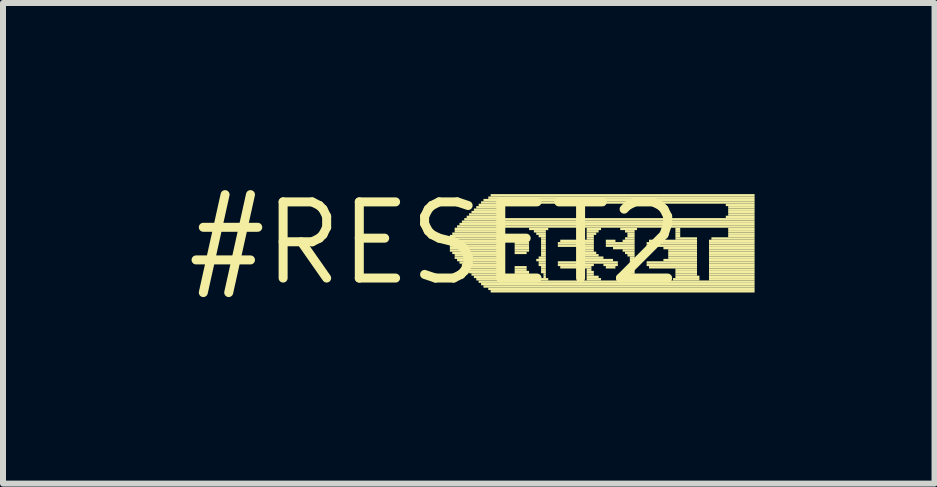
<source format=kicad_pcb>
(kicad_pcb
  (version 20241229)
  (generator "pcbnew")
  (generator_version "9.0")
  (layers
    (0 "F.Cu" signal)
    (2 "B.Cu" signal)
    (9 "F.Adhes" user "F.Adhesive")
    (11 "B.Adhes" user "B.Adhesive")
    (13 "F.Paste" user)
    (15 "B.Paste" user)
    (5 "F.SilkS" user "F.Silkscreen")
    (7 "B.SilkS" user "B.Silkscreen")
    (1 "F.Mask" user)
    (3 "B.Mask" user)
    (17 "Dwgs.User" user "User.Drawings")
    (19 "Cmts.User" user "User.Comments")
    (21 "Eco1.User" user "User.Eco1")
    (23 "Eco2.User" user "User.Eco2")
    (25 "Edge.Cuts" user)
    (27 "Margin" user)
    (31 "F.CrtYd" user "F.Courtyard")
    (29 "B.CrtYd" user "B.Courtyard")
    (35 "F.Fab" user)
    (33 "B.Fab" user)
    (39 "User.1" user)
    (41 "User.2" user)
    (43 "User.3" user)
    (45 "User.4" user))
  (footprint "#RESET2"
    (layer "F.Cu")
    (at 4.21 1.006)
    (property "Reference" "#RESET2" (at 0 0 0) (layer "F.SilkS") (effects (font (size 1.27 1.27) (thickness 0.15))))
    (fp_poly (pts (xy 0.24 -0.1) (xy 1.12 -0.1) (xy 1.12 -0.14) (xy 0.24 -0.14)) (stroke (width 0) (type default)) (fill yes) (layer "F.SilkS"))
    (fp_poly (pts (xy 0.24 -0.06) (xy 1.12 -0.06) (xy 1.12 -0.1) (xy 0.24 -0.1)) (stroke (width 0) (type default)) (fill yes) (layer "F.SilkS"))
    (fp_poly (pts (xy 0.24 -0.02) (xy 1.12 -0.02) (xy 1.12 -0.06) (xy 0.24 -0.06)) (stroke (width 0) (type default)) (fill yes) (layer "F.SilkS"))
    (fp_poly (pts (xy 0.24 0.02) (xy 1.12 0.02) (xy 1.12 -0.02) (xy 0.24 -0.02)) (stroke (width 0) (type default)) (fill yes) (layer "F.SilkS"))
    (fp_poly (pts (xy 0.24 0.06) (xy 1.12 0.06) (xy 1.12 0.02) (xy 0.24 0.02)) (stroke (width 0) (type default)) (fill yes) (layer "F.SilkS"))
    (fp_poly (pts (xy 0.24 0.1) (xy 1.12 0.1) (xy 1.12 0.06) (xy 0.24 0.06)) (stroke (width 0) (type default)) (fill yes) (layer "F.SilkS"))
    (fp_poly (pts (xy 0.24 0.14) (xy 1.12 0.14) (xy 1.12 0.1) (xy 0.24 0.1)) (stroke (width 0) (type default)) (fill yes) (layer "F.SilkS"))
    (fp_poly (pts (xy 0.28 -0.14) (xy 1.12 -0.14) (xy 1.12 -0.18) (xy 0.28 -0.18)) (stroke (width 0) (type default)) (fill yes) (layer "F.SilkS"))
    (fp_poly (pts (xy 0.28 0.18) (xy 1.12 0.18) (xy 1.12 0.14) (xy 0.28 0.14)) (stroke (width 0) (type default)) (fill yes) (layer "F.SilkS"))
    (fp_poly (pts (xy 0.32 -0.22) (xy 1.12 -0.22) (xy 1.12 -0.26) (xy 0.32 -0.26)) (stroke (width 0) (type default)) (fill yes) (layer "F.SilkS"))
    (fp_poly (pts (xy 0.32 -0.18) (xy 1.12 -0.18) (xy 1.12 -0.22) (xy 0.32 -0.22)) (stroke (width 0) (type default)) (fill yes) (layer "F.SilkS"))
    (fp_poly (pts (xy 0.32 0.22) (xy 1.12 0.22) (xy 1.12 0.18) (xy 0.32 0.18)) (stroke (width 0) (type default)) (fill yes) (layer "F.SilkS"))
    (fp_poly (pts (xy 0.32 0.26) (xy 1.12 0.26) (xy 1.12 0.22) (xy 0.32 0.22)) (stroke (width 0) (type default)) (fill yes) (layer "F.SilkS"))
    (fp_poly (pts (xy 0.36 -0.26) (xy 5.32 -0.26) (xy 5.32 -0.3) (xy 0.36 -0.3)) (stroke (width 0) (type default)) (fill yes) (layer "F.SilkS"))
    (fp_poly (pts (xy 0.36 0.3) (xy 1.12 0.3) (xy 1.12 0.26) (xy 0.36 0.26)) (stroke (width 0) (type default)) (fill yes) (layer "F.SilkS"))
    (fp_poly (pts (xy 0.4 -0.3) (xy 5.32 -0.3) (xy 5.32 -0.34) (xy 0.4 -0.34)) (stroke (width 0) (type default)) (fill yes) (layer "F.SilkS"))
    (fp_poly (pts (xy 0.4 0.34) (xy 1.12 0.34) (xy 1.12 0.3) (xy 0.4 0.3)) (stroke (width 0) (type default)) (fill yes) (layer "F.SilkS"))
    (fp_poly (pts (xy 0.44 -0.34) (xy 5.32 -0.34) (xy 5.32 -0.38) (xy 0.44 -0.38)) (stroke (width 0) (type default)) (fill yes) (layer "F.SilkS"))
    (fp_poly (pts (xy 0.44 0.38) (xy 1.12 0.38) (xy 1.12 0.34) (xy 0.44 0.34)) (stroke (width 0) (type default)) (fill yes) (layer "F.SilkS"))
    (fp_poly (pts (xy 0.48 -0.38) (xy 5.32 -0.38) (xy 5.32 -0.42) (xy 0.48 -0.42)) (stroke (width 0) (type default)) (fill yes) (layer "F.SilkS"))
    (fp_poly (pts (xy 0.48 0.42) (xy 1.12 0.42) (xy 1.12 0.38) (xy 0.48 0.38)) (stroke (width 0) (type default)) (fill yes) (layer "F.SilkS"))
    (fp_poly (pts (xy 0.52 -0.42) (xy 1.08 -0.42) (xy 1.08 -0.46) (xy 0.52 -0.46)) (stroke (width 0) (type default)) (fill yes) (layer "F.SilkS"))
    (fp_poly (pts (xy 0.52 0.46) (xy 1.12 0.46) (xy 1.12 0.42) (xy 0.52 0.42)) (stroke (width 0) (type default)) (fill yes) (layer "F.SilkS"))
    (fp_poly (pts (xy 0.56 -0.46) (xy 1.04 -0.46) (xy 1.04 -0.5) (xy 0.56 -0.5)) (stroke (width 0) (type default)) (fill yes) (layer "F.SilkS"))
    (fp_poly (pts (xy 0.56 0.5) (xy 1.12 0.5) (xy 1.12 0.46) (xy 0.56 0.46)) (stroke (width 0) (type default)) (fill yes) (layer "F.SilkS"))
    (fp_poly (pts (xy 0.6 -0.5) (xy 1.04 -0.5) (xy 1.04 -0.54) (xy 0.6 -0.54)) (stroke (width 0) (type default)) (fill yes) (layer "F.SilkS"))
    (fp_poly (pts (xy 0.6 0.54) (xy 1.12 0.54) (xy 1.12 0.5) (xy 0.6 0.5)) (stroke (width 0) (type default)) (fill yes) (layer "F.SilkS"))
    (fp_poly (pts (xy 0.64 -0.54) (xy 1.04 -0.54) (xy 1.04 -0.58) (xy 0.64 -0.58)) (stroke (width 0) (type default)) (fill yes) (layer "F.SilkS"))
    (fp_poly (pts (xy 0.64 0.58) (xy 1.12 0.58) (xy 1.12 0.54) (xy 0.64 0.54)) (stroke (width 0) (type default)) (fill yes) (layer "F.SilkS"))
    (fp_poly (pts (xy 0.68 -0.58) (xy 1.04 -0.58) (xy 1.04 -0.62) (xy 0.68 -0.62)) (stroke (width 0) (type default)) (fill yes) (layer "F.SilkS"))
    (fp_poly (pts (xy 0.68 0.62) (xy 1.12 0.62) (xy 1.12 0.58) (xy 0.68 0.58)) (stroke (width 0) (type default)) (fill yes) (layer "F.SilkS"))
    (fp_poly (pts (xy 0.72 -0.62) (xy 1.08 -0.62) (xy 1.08 -0.66) (xy 0.72 -0.66)) (stroke (width 0) (type default)) (fill yes) (layer "F.SilkS"))
    (fp_poly (pts (xy 0.72 0.66) (xy 5.32 0.66) (xy 5.32 0.62) (xy 0.72 0.62)) (stroke (width 0) (type default)) (fill yes) (layer "F.SilkS"))
    (fp_poly (pts (xy 0.76 -0.66) (xy 5.32 -0.66) (xy 5.32 -0.7) (xy 0.76 -0.7)) (stroke (width 0) (type default)) (fill yes) (layer "F.SilkS"))
    (fp_poly (pts (xy 0.76 0.7) (xy 5.32 0.7) (xy 5.32 0.66) (xy 0.76 0.66)) (stroke (width 0) (type default)) (fill yes) (layer "F.SilkS"))
    (fp_poly (pts (xy 0.8 -0.7) (xy 5.32 -0.7) (xy 5.32 -0.74) (xy 0.8 -0.74)) (stroke (width 0) (type default)) (fill yes) (layer "F.SilkS"))
    (fp_poly (pts (xy 0.8 0.74) (xy 5.32 0.74) (xy 5.32 0.7) (xy 0.8 0.7)) (stroke (width 0) (type default)) (fill yes) (layer "F.SilkS"))
    (fp_poly (pts (xy 0.88 -0.74) (xy 5.32 -0.74) (xy 5.32 -0.78) (xy 0.88 -0.78)) (stroke (width 0) (type default)) (fill yes) (layer "F.SilkS"))
    (fp_poly (pts (xy 0.88 0.78) (xy 5.32 0.78) (xy 5.32 0.74) (xy 0.88 0.74)) (stroke (width 0) (type default)) (fill yes) (layer "F.SilkS"))
    (fp_poly (pts (xy 0.92 -0.78) (xy 5.32 -0.78) (xy 5.32 -0.82) (xy 0.92 -0.82)) (stroke (width 0) (type default)) (fill yes) (layer "F.SilkS"))
    (fp_poly (pts (xy 0.92 0.82) (xy 5.32 0.82) (xy 5.32 0.78) (xy 0.92 0.78)) (stroke (width 0) (type default)) (fill yes) (layer "F.SilkS"))
    (fp_poly (pts (xy 1.28 0.62) (xy 1.6 0.62) (xy 1.6 0.58) (xy 1.28 0.58)) (stroke (width 0) (type default)) (fill yes) (layer "F.SilkS"))
    (fp_poly (pts (xy 1.32 -0.02) (xy 1.52 -0.02) (xy 1.52 -0.06) (xy 1.32 -0.06)) (stroke (width 0) (type default)) (fill yes) (layer "F.SilkS"))
    (fp_poly (pts (xy 1.32 0.02) (xy 1.56 0.02) (xy 1.56 -0.02) (xy 1.32 -0.02)) (stroke (width 0) (type default)) (fill yes) (layer "F.SilkS"))
    (fp_poly (pts (xy 1.32 0.06) (xy 1.56 0.06) (xy 1.56 0.02) (xy 1.32 0.02)) (stroke (width 0) (type default)) (fill yes) (layer "F.SilkS"))
    (fp_poly (pts (xy 1.32 0.1) (xy 1.56 0.1) (xy 1.56 0.06) (xy 1.32 0.06)) (stroke (width 0) (type default)) (fill yes) (layer "F.SilkS"))
    (fp_poly (pts (xy 1.32 0.14) (xy 1.56 0.14) (xy 1.56 0.1) (xy 1.32 0.1)) (stroke (width 0) (type default)) (fill yes) (layer "F.SilkS"))
    (fp_poly (pts (xy 1.32 0.18) (xy 1.52 0.18) (xy 1.52 0.14) (xy 1.32 0.14)) (stroke (width 0) (type default)) (fill yes) (layer "F.SilkS"))
    (fp_poly (pts (xy 1.32 0.42) (xy 1.52 0.42) (xy 1.52 0.38) (xy 1.32 0.38)) (stroke (width 0) (type default)) (fill yes) (layer "F.SilkS"))
    (fp_poly (pts (xy 1.32 0.46) (xy 1.52 0.46) (xy 1.52 0.42) (xy 1.32 0.42)) (stroke (width 0) (type default)) (fill yes) (layer "F.SilkS"))
    (fp_poly (pts (xy 1.32 0.5) (xy 1.56 0.5) (xy 1.56 0.46) (xy 1.32 0.46)) (stroke (width 0) (type default)) (fill yes) (layer "F.SilkS"))
    (fp_poly (pts (xy 1.32 0.54) (xy 1.56 0.54) (xy 1.56 0.5) (xy 1.32 0.5)) (stroke (width 0) (type default)) (fill yes) (layer "F.SilkS"))
    (fp_poly (pts (xy 1.32 0.58) (xy 1.6 0.58) (xy 1.6 0.54) (xy 1.32 0.54)) (stroke (width 0) (type default)) (fill yes) (layer "F.SilkS"))
    (fp_poly (pts (xy 1.56 -0.22) (xy 1.88 -0.22) (xy 1.88 -0.26) (xy 1.56 -0.26)) (stroke (width 0) (type default)) (fill yes) (layer "F.SilkS"))
    (fp_poly (pts (xy 1.64 -0.18) (xy 1.84 -0.18) (xy 1.84 -0.22) (xy 1.64 -0.22)) (stroke (width 0) (type default)) (fill yes) (layer "F.SilkS"))
    (fp_poly (pts (xy 1.68 -0.14) (xy 1.84 -0.14) (xy 1.84 -0.18) (xy 1.68 -0.18)) (stroke (width 0) (type default)) (fill yes) (layer "F.SilkS"))
    (fp_poly (pts (xy 1.68 0.3) (xy 1.84 0.3) (xy 1.84 0.26) (xy 1.68 0.26)) (stroke (width 0) (type default)) (fill yes) (layer "F.SilkS"))
    (fp_poly (pts (xy 1.72 -0.1) (xy 1.84 -0.1) (xy 1.84 -0.14) (xy 1.72 -0.14)) (stroke (width 0) (type default)) (fill yes) (layer "F.SilkS"))
    (fp_poly (pts (xy 1.72 0.26) (xy 1.84 0.26) (xy 1.84 0.22) (xy 1.72 0.22)) (stroke (width 0) (type default)) (fill yes) (layer "F.SilkS"))
    (fp_poly (pts (xy 1.72 0.34) (xy 1.84 0.34) (xy 1.84 0.3) (xy 1.72 0.3)) (stroke (width 0) (type default)) (fill yes) (layer "F.SilkS"))
    (fp_poly (pts (xy 1.72 0.38) (xy 1.84 0.38) (xy 1.84 0.34) (xy 1.72 0.34)) (stroke (width 0) (type default)) (fill yes) (layer "F.SilkS"))
    (fp_poly (pts (xy 1.72 0.62) (xy 1.88 0.62) (xy 1.88 0.58) (xy 1.72 0.58)) (stroke (width 0) (type default)) (fill yes) (layer "F.SilkS"))
    (fp_poly (pts (xy 1.76 -0.06) (xy 1.84 -0.06) (xy 1.84 -0.1) (xy 1.76 -0.1)) (stroke (width 0) (type default)) (fill yes) (layer "F.SilkS"))
    (fp_poly (pts (xy 1.76 -0.02) (xy 1.84 -0.02) (xy 1.84 -0.06) (xy 1.76 -0.06)) (stroke (width 0) (type default)) (fill yes) (layer "F.SilkS"))
    (fp_poly (pts (xy 1.76 0.02) (xy 1.84 0.02) (xy 1.84 -0.02) (xy 1.76 -0.02)) (stroke (width 0) (type default)) (fill yes) (layer "F.SilkS"))
    (fp_poly (pts (xy 1.76 0.06) (xy 1.84 0.06) (xy 1.84 0.02) (xy 1.76 0.02)) (stroke (width 0) (type default)) (fill yes) (layer "F.SilkS"))
    (fp_poly (pts (xy 1.76 0.1) (xy 1.84 0.1) (xy 1.84 0.06) (xy 1.76 0.06)) (stroke (width 0) (type default)) (fill yes) (layer "F.SilkS"))
    (fp_poly (pts (xy 1.76 0.14) (xy 1.84 0.14) (xy 1.84 0.1) (xy 1.76 0.1)) (stroke (width 0) (type default)) (fill yes) (layer "F.SilkS"))
    (fp_poly (pts (xy 1.76 0.18) (xy 1.84 0.18) (xy 1.84 0.14) (xy 1.76 0.14)) (stroke (width 0) (type default)) (fill yes) (layer "F.SilkS"))
    (fp_poly (pts (xy 1.76 0.22) (xy 1.84 0.22) (xy 1.84 0.18) (xy 1.76 0.18)) (stroke (width 0) (type default)) (fill yes) (layer "F.SilkS"))
    (fp_poly (pts (xy 1.76 0.42) (xy 1.84 0.42) (xy 1.84 0.38) (xy 1.76 0.38)) (stroke (width 0) (type default)) (fill yes) (layer "F.SilkS"))
    (fp_poly (pts (xy 1.76 0.46) (xy 1.84 0.46) (xy 1.84 0.42) (xy 1.76 0.42)) (stroke (width 0) (type default)) (fill yes) (layer "F.SilkS"))
    (fp_poly (pts (xy 1.76 0.5) (xy 1.84 0.5) (xy 1.84 0.46) (xy 1.76 0.46)) (stroke (width 0) (type default)) (fill yes) (layer "F.SilkS"))
    (fp_poly (pts (xy 1.8 0.54) (xy 1.84 0.54) (xy 1.84 0.5) (xy 1.8 0.5)) (stroke (width 0) (type default)) (fill yes) (layer "F.SilkS"))
    (fp_poly (pts (xy 1.8 0.58) (xy 1.84 0.58) (xy 1.84 0.54) (xy 1.8 0.54)) (stroke (width 0) (type default)) (fill yes) (layer "F.SilkS"))
    (fp_poly (pts (xy 2.04 0.02) (xy 2.64 0.02) (xy 2.64 -0.02) (xy 2.04 -0.02)) (stroke (width 0) (type default)) (fill yes) (layer "F.SilkS"))
    (fp_poly (pts (xy 2.04 0.06) (xy 2.64 0.06) (xy 2.64 0.02) (xy 2.04 0.02)) (stroke (width 0) (type default)) (fill yes) (layer "F.SilkS"))
    (fp_poly (pts (xy 2.04 0.34) (xy 3.04 0.34) (xy 3.04 0.3) (xy 2.04 0.3)) (stroke (width 0) (type default)) (fill yes) (layer "F.SilkS"))
    (fp_poly (pts (xy 2.04 0.38) (xy 2.64 0.38) (xy 2.64 0.34) (xy 2.04 0.34)) (stroke (width 0) (type default)) (fill yes) (layer "F.SilkS"))
    (fp_poly (pts (xy 2.08 -0.02) (xy 2.64 -0.02) (xy 2.64 -0.06) (xy 2.08 -0.06)) (stroke (width 0) (type default)) (fill yes) (layer "F.SilkS"))
    (fp_poly (pts (xy 2.08 0.42) (xy 2.6 0.42) (xy 2.6 0.38) (xy 2.08 0.38)) (stroke (width 0) (type default)) (fill yes) (layer "F.SilkS"))
    (fp_poly (pts (xy 2.36 0.1) (xy 2.64 0.1) (xy 2.64 0.06) (xy 2.36 0.06)) (stroke (width 0) (type default)) (fill yes) (layer "F.SilkS"))
    (fp_poly (pts (xy 2.36 0.3) (xy 2.96 0.3) (xy 2.96 0.26) (xy 2.36 0.26)) (stroke (width 0) (type default)) (fill yes) (layer "F.SilkS"))
    (fp_poly (pts (xy 2.4 0.14) (xy 2.64 0.14) (xy 2.64 0.1) (xy 2.4 0.1)) (stroke (width 0) (type default)) (fill yes) (layer "F.SilkS"))
    (fp_poly (pts (xy 2.4 0.18) (xy 2.68 0.18) (xy 2.68 0.14) (xy 2.4 0.14)) (stroke (width 0) (type default)) (fill yes) (layer "F.SilkS"))
    (fp_poly (pts (xy 2.4 0.22) (xy 2.72 0.22) (xy 2.72 0.18) (xy 2.4 0.18)) (stroke (width 0) (type default)) (fill yes) (layer "F.SilkS"))
    (fp_poly (pts (xy 2.4 0.26) (xy 2.8 0.26) (xy 2.8 0.22) (xy 2.4 0.22)) (stroke (width 0) (type default)) (fill yes) (layer "F.SilkS"))
    (fp_poly (pts (xy 2.52 -0.22) (xy 2.76 -0.22) (xy 2.76 -0.26) (xy 2.52 -0.26)) (stroke (width 0) (type default)) (fill yes) (layer "F.SilkS"))
    (fp_poly (pts (xy 2.52 -0.18) (xy 2.72 -0.18) (xy 2.72 -0.22) (xy 2.52 -0.22)) (stroke (width 0) (type default)) (fill yes) (layer "F.SilkS"))
    (fp_poly (pts (xy 2.52 -0.14) (xy 2.68 -0.14) (xy 2.68 -0.18) (xy 2.52 -0.18)) (stroke (width 0) (type default)) (fill yes) (layer "F.SilkS"))
    (fp_poly (pts (xy 2.52 -0.1) (xy 2.64 -0.1) (xy 2.64 -0.14) (xy 2.52 -0.14)) (stroke (width 0) (type default)) (fill yes) (layer "F.SilkS"))
    (fp_poly (pts (xy 2.52 -0.06) (xy 2.64 -0.06) (xy 2.64 -0.1) (xy 2.52 -0.1)) (stroke (width 0) (type default)) (fill yes) (layer "F.SilkS"))
    (fp_poly (pts (xy 2.52 0.46) (xy 2.6 0.46) (xy 2.6 0.42) (xy 2.52 0.42)) (stroke (width 0) (type default)) (fill yes) (layer "F.SilkS"))
    (fp_poly (pts (xy 2.52 0.5) (xy 2.64 0.5) (xy 2.64 0.46) (xy 2.52 0.46)) (stroke (width 0) (type default)) (fill yes) (layer "F.SilkS"))
    (fp_poly (pts (xy 2.52 0.54) (xy 2.64 0.54) (xy 2.64 0.5) (xy 2.52 0.5)) (stroke (width 0) (type default)) (fill yes) (layer "F.SilkS"))
    (fp_poly (pts (xy 2.52 0.58) (xy 2.72 0.58) (xy 2.72 0.54) (xy 2.52 0.54)) (stroke (width 0) (type default)) (fill yes) (layer "F.SilkS"))
    (fp_poly (pts (xy 2.52 0.62) (xy 2.76 0.62) (xy 2.76 0.58) (xy 2.52 0.58)) (stroke (width 0) (type default)) (fill yes) (layer "F.SilkS"))
    (fp_poly (pts (xy 2.8 0.38) (xy 3.04 0.38) (xy 3.04 0.34) (xy 2.8 0.34)) (stroke (width 0) (type default)) (fill yes) (layer "F.SilkS"))
    (fp_poly (pts (xy 2.84 -0.02) (xy 3 -0.02) (xy 3 -0.06) (xy 2.84 -0.06)) (stroke (width 0) (type default)) (fill yes) (layer "F.SilkS"))
    (fp_poly (pts (xy 2.84 0.02) (xy 3.32 0.02) (xy 3.32 -0.02) (xy 2.84 -0.02)) (stroke (width 0) (type default)) (fill yes) (layer "F.SilkS"))
    (fp_poly (pts (xy 2.84 0.06) (xy 3.32 0.06) (xy 3.32 0.02) (xy 2.84 0.02)) (stroke (width 0) (type default)) (fill yes) (layer "F.SilkS"))
    (fp_poly (pts (xy 2.84 0.42) (xy 3 0.42) (xy 3 0.38) (xy 2.84 0.38)) (stroke (width 0) (type default)) (fill yes) (layer "F.SilkS"))
    (fp_poly (pts (xy 2.96 0.1) (xy 3.32 0.1) (xy 3.32 0.06) (xy 2.96 0.06)) (stroke (width 0) (type default)) (fill yes) (layer "F.SilkS"))
    (fp_poly (pts (xy 3.08 -0.22) (xy 3.36 -0.22) (xy 3.36 -0.26) (xy 3.08 -0.26)) (stroke (width 0) (type default)) (fill yes) (layer "F.SilkS"))
    (fp_poly (pts (xy 3.08 0.62) (xy 3.36 0.62) (xy 3.36 0.58) (xy 3.08 0.58)) (stroke (width 0) (type default)) (fill yes) (layer "F.SilkS"))
    (fp_poly (pts (xy 3.12 -0.02) (xy 3.32 -0.02) (xy 3.32 -0.06) (xy 3.12 -0.06)) (stroke (width 0) (type default)) (fill yes) (layer "F.SilkS"))
    (fp_poly (pts (xy 3.12 0.14) (xy 3.32 0.14) (xy 3.32 0.1) (xy 3.12 0.1)) (stroke (width 0) (type default)) (fill yes) (layer "F.SilkS"))
    (fp_poly (pts (xy 3.12 0.58) (xy 3.32 0.58) (xy 3.32 0.54) (xy 3.12 0.54)) (stroke (width 0) (type default)) (fill yes) (layer "F.SilkS"))
    (fp_poly (pts (xy 3.16 -0.18) (xy 3.32 -0.18) (xy 3.32 -0.22) (xy 3.16 -0.22)) (stroke (width 0) (type default)) (fill yes) (layer "F.SilkS"))
    (fp_poly (pts (xy 3.16 -0.06) (xy 3.32 -0.06) (xy 3.32 -0.1) (xy 3.16 -0.1)) (stroke (width 0) (type default)) (fill yes) (layer "F.SilkS"))
    (fp_poly (pts (xy 3.16 0.18) (xy 3.32 0.18) (xy 3.32 0.14) (xy 3.16 0.14)) (stroke (width 0) (type default)) (fill yes) (layer "F.SilkS"))
    (fp_poly (pts (xy 3.2 -0.14) (xy 3.32 -0.14) (xy 3.32 -0.18) (xy 3.2 -0.18)) (stroke (width 0) (type default)) (fill yes) (layer "F.SilkS"))
    (fp_poly (pts (xy 3.2 -0.1) (xy 3.32 -0.1) (xy 3.32 -0.14) (xy 3.2 -0.14)) (stroke (width 0) (type default)) (fill yes) (layer "F.SilkS"))
    (fp_poly (pts (xy 3.2 0.22) (xy 3.32 0.22) (xy 3.32 0.18) (xy 3.2 0.18)) (stroke (width 0) (type default)) (fill yes) (layer "F.SilkS"))
    (fp_poly (pts (xy 3.2 0.5) (xy 3.32 0.5) (xy 3.32 0.46) (xy 3.2 0.46)) (stroke (width 0) (type default)) (fill yes) (layer "F.SilkS"))
    (fp_poly (pts (xy 3.2 0.54) (xy 3.32 0.54) (xy 3.32 0.5) (xy 3.2 0.5)) (stroke (width 0) (type default)) (fill yes) (layer "F.SilkS"))
    (fp_poly (pts (xy 3.24 0.26) (xy 3.32 0.26) (xy 3.32 0.22) (xy 3.24 0.22)) (stroke (width 0) (type default)) (fill yes) (layer "F.SilkS"))
    (fp_poly (pts (xy 3.24 0.3) (xy 3.32 0.3) (xy 3.32 0.26) (xy 3.24 0.26)) (stroke (width 0) (type default)) (fill yes) (layer "F.SilkS"))
    (fp_poly (pts (xy 3.24 0.34) (xy 3.32 0.34) (xy 3.32 0.3) (xy 3.24 0.3)) (stroke (width 0) (type default)) (fill yes) (layer "F.SilkS"))
    (fp_poly (pts (xy 3.24 0.38) (xy 3.32 0.38) (xy 3.32 0.34) (xy 3.24 0.34)) (stroke (width 0) (type default)) (fill yes) (layer "F.SilkS"))
    (fp_poly (pts (xy 3.24 0.42) (xy 3.32 0.42) (xy 3.32 0.38) (xy 3.24 0.38)) (stroke (width 0) (type default)) (fill yes) (layer "F.SilkS"))
    (fp_poly (pts (xy 3.24 0.46) (xy 3.32 0.46) (xy 3.32 0.42) (xy 3.24 0.42)) (stroke (width 0) (type default)) (fill yes) (layer "F.SilkS"))
    (fp_poly (pts (xy 3.52 0.02) (xy 4.36 0.02) (xy 4.36 -0.02) (xy 3.52 -0.02)) (stroke (width 0) (type default)) (fill yes) (layer "F.SilkS"))
    (fp_poly (pts (xy 3.52 0.06) (xy 4.36 0.06) (xy 4.36 0.02) (xy 3.52 0.02)) (stroke (width 0) (type default)) (fill yes) (layer "F.SilkS"))
    (fp_poly (pts (xy 3.52 0.34) (xy 4.36 0.34) (xy 4.36 0.3) (xy 3.52 0.3)) (stroke (width 0) (type default)) (fill yes) (layer "F.SilkS"))
    (fp_poly (pts (xy 3.52 0.38) (xy 4.36 0.38) (xy 4.36 0.34) (xy 3.52 0.34)) (stroke (width 0) (type default)) (fill yes) (layer "F.SilkS"))
    (fp_poly (pts (xy 3.56 -0.02) (xy 4.36 -0.02) (xy 4.36 -0.06) (xy 3.56 -0.06)) (stroke (width 0) (type default)) (fill yes) (layer "F.SilkS"))
    (fp_poly (pts (xy 3.56 0.42) (xy 4.36 0.42) (xy 4.36 0.38) (xy 3.56 0.38)) (stroke (width 0) (type default)) (fill yes) (layer "F.SilkS"))
    (fp_poly (pts (xy 3.8 0.1) (xy 4.36 0.1) (xy 4.36 0.06) (xy 3.8 0.06)) (stroke (width 0) (type default)) (fill yes) (layer "F.SilkS"))
    (fp_poly (pts (xy 3.8 0.3) (xy 4.36 0.3) (xy 4.36 0.26) (xy 3.8 0.26)) (stroke (width 0) (type default)) (fill yes) (layer "F.SilkS"))
    (fp_poly (pts (xy 3.88 0.14) (xy 4.36 0.14) (xy 4.36 0.1) (xy 3.88 0.1)) (stroke (width 0) (type default)) (fill yes) (layer "F.SilkS"))
    (fp_poly (pts (xy 3.88 0.18) (xy 4.36 0.18) (xy 4.36 0.14) (xy 3.88 0.14)) (stroke (width 0) (type default)) (fill yes) (layer "F.SilkS"))
    (fp_poly (pts (xy 3.88 0.22) (xy 4.36 0.22) (xy 4.36 0.18) (xy 3.88 0.18)) (stroke (width 0) (type default)) (fill yes) (layer "F.SilkS"))
    (fp_poly (pts (xy 3.88 0.26) (xy 4.36 0.26) (xy 4.36 0.22) (xy 3.88 0.22)) (stroke (width 0) (type default)) (fill yes) (layer "F.SilkS"))
    (fp_poly (pts (xy 3.96 0.62) (xy 4.4 0.62) (xy 4.4 0.58) (xy 3.96 0.58)) (stroke (width 0) (type default)) (fill yes) (layer "F.SilkS"))
    (fp_poly (pts (xy 4 -0.22) (xy 4.08 -0.22) (xy 4.08 -0.26) (xy 4 -0.26)) (stroke (width 0) (type default)) (fill yes) (layer "F.SilkS"))
    (fp_poly (pts (xy 4 -0.18) (xy 4.08 -0.18) (xy 4.08 -0.22) (xy 4 -0.22)) (stroke (width 0) (type default)) (fill yes) (layer "F.SilkS"))
    (fp_poly (pts (xy 4 -0.14) (xy 4.08 -0.14) (xy 4.08 -0.18) (xy 4 -0.18)) (stroke (width 0) (type default)) (fill yes) (layer "F.SilkS"))
    (fp_poly (pts (xy 4 -0.1) (xy 4.08 -0.1) (xy 4.08 -0.14) (xy 4 -0.14)) (stroke (width 0) (type default)) (fill yes) (layer "F.SilkS"))
    (fp_poly (pts (xy 4 -0.06) (xy 4.36 -0.06) (xy 4.36 -0.1) (xy 4 -0.1)) (stroke (width 0) (type default)) (fill yes) (layer "F.SilkS"))
    (fp_poly (pts (xy 4 0.46) (xy 4.36 0.46) (xy 4.36 0.42) (xy 4 0.42)) (stroke (width 0) (type default)) (fill yes) (layer "F.SilkS"))
    (fp_poly (pts (xy 4 0.5) (xy 4.36 0.5) (xy 4.36 0.46) (xy 4 0.46)) (stroke (width 0) (type default)) (fill yes) (layer "F.SilkS"))
    (fp_poly (pts (xy 4 0.54) (xy 4.36 0.54) (xy 4.36 0.5) (xy 4 0.5)) (stroke (width 0) (type default)) (fill yes) (layer "F.SilkS"))
    (fp_poly (pts (xy 4 0.58) (xy 4.4 0.58) (xy 4.4 0.54) (xy 4 0.54)) (stroke (width 0) (type default)) (fill yes) (layer "F.SilkS"))
    (fp_poly (pts (xy 4.56 -0.02) (xy 5.32 -0.02) (xy 5.32 -0.06) (xy 4.56 -0.06)) (stroke (width 0) (type default)) (fill yes) (layer "F.SilkS"))
    (fp_poly (pts (xy 4.56 0.02) (xy 5.32 0.02) (xy 5.32 -0.02) (xy 4.56 -0.02)) (stroke (width 0) (type default)) (fill yes) (layer "F.SilkS"))
    (fp_poly (pts (xy 4.56 0.06) (xy 5.32 0.06) (xy 5.32 0.02) (xy 4.56 0.02)) (stroke (width 0) (type default)) (fill yes) (layer "F.SilkS"))
    (fp_poly (pts (xy 4.56 0.1) (xy 5.32 0.1) (xy 5.32 0.06) (xy 4.56 0.06)) (stroke (width 0) (type default)) (fill yes) (layer "F.SilkS"))
    (fp_poly (pts (xy 4.56 0.14) (xy 5.32 0.14) (xy 5.32 0.1) (xy 4.56 0.1)) (stroke (width 0) (type default)) (fill yes) (layer "F.SilkS"))
    (fp_poly (pts (xy 4.56 0.18) (xy 5.32 0.18) (xy 5.32 0.14) (xy 4.56 0.14)) (stroke (width 0) (type default)) (fill yes) (layer "F.SilkS"))
    (fp_poly (pts (xy 4.56 0.22) (xy 5.32 0.22) (xy 5.32 0.18) (xy 4.56 0.18)) (stroke (width 0) (type default)) (fill yes) (layer "F.SilkS"))
    (fp_poly (pts (xy 4.56 0.26) (xy 5.32 0.26) (xy 5.32 0.22) (xy 4.56 0.22)) (stroke (width 0) (type default)) (fill yes) (layer "F.SilkS"))
    (fp_poly (pts (xy 4.56 0.3) (xy 5.32 0.3) (xy 5.32 0.26) (xy 4.56 0.26)) (stroke (width 0) (type default)) (fill yes) (layer "F.SilkS"))
    (fp_poly (pts (xy 4.56 0.34) (xy 5.32 0.34) (xy 5.32 0.3) (xy 4.56 0.3)) (stroke (width 0) (type default)) (fill yes) (layer "F.SilkS"))
    (fp_poly (pts (xy 4.56 0.38) (xy 5.32 0.38) (xy 5.32 0.34) (xy 4.56 0.34)) (stroke (width 0) (type default)) (fill yes) (layer "F.SilkS"))
    (fp_poly (pts (xy 4.56 0.42) (xy 5.32 0.42) (xy 5.32 0.38) (xy 4.56 0.38)) (stroke (width 0) (type default)) (fill yes) (layer "F.SilkS"))
    (fp_poly (pts (xy 4.56 0.46) (xy 5.32 0.46) (xy 5.32 0.42) (xy 4.56 0.42)) (stroke (width 0) (type default)) (fill yes) (layer "F.SilkS"))
    (fp_poly (pts (xy 4.56 0.5) (xy 5.32 0.5) (xy 5.32 0.46) (xy 4.56 0.46)) (stroke (width 0) (type default)) (fill yes) (layer "F.SilkS"))
    (fp_poly (pts (xy 4.56 0.54) (xy 5.32 0.54) (xy 5.32 0.5) (xy 4.56 0.5)) (stroke (width 0) (type default)) (fill yes) (layer "F.SilkS"))
    (fp_poly (pts (xy 4.56 0.58) (xy 5.32 0.58) (xy 5.32 0.54) (xy 4.56 0.54)) (stroke (width 0) (type default)) (fill yes) (layer "F.SilkS"))
    (fp_poly (pts (xy 4.56 0.62) (xy 5.32 0.62) (xy 5.32 0.58) (xy 4.56 0.58)) (stroke (width 0) (type default)) (fill yes) (layer "F.SilkS"))
    (fp_poly (pts (xy 4.6 -0.06) (xy 5.32 -0.06) (xy 5.32 -0.1) (xy 4.6 -0.1)) (stroke (width 0) (type default)) (fill yes) (layer "F.SilkS"))
    (fp_poly (pts (xy 4.84 -0.62) (xy 5.32 -0.62) (xy 5.32 -0.66) (xy 4.84 -0.66)) (stroke (width 0) (type default)) (fill yes) (layer "F.SilkS"))
    (fp_poly (pts (xy 4.84 -0.42) (xy 5.32 -0.42) (xy 5.32 -0.46) (xy 4.84 -0.46)) (stroke (width 0) (type default)) (fill yes) (layer "F.SilkS"))
    (fp_poly (pts (xy 4.88 -0.58) (xy 5.32 -0.58) (xy 5.32 -0.62) (xy 4.88 -0.62)) (stroke (width 0) (type default)) (fill yes) (layer "F.SilkS"))
    (fp_poly (pts (xy 4.88 -0.54) (xy 5.32 -0.54) (xy 5.32 -0.58) (xy 4.88 -0.58)) (stroke (width 0) (type default)) (fill yes) (layer "F.SilkS"))
    (fp_poly (pts (xy 4.88 -0.5) (xy 5.32 -0.5) (xy 5.32 -0.54) (xy 4.88 -0.54)) (stroke (width 0) (type default)) (fill yes) (layer "F.SilkS"))
    (fp_poly (pts (xy 4.88 -0.46) (xy 5.32 -0.46) (xy 5.32 -0.5) (xy 4.88 -0.5)) (stroke (width 0) (type default)) (fill yes) (layer "F.SilkS"))
    (fp_poly (pts (xy 4.88 -0.22) (xy 5.32 -0.22) (xy 5.32 -0.26) (xy 4.88 -0.26)) (stroke (width 0) (type default)) (fill yes) (layer "F.SilkS"))
    (fp_poly (pts (xy 4.88 -0.18) (xy 5.32 -0.18) (xy 5.32 -0.22) (xy 4.88 -0.22)) (stroke (width 0) (type default)) (fill yes) (layer "F.SilkS"))
    (fp_poly (pts (xy 4.88 -0.14) (xy 5.32 -0.14) (xy 5.32 -0.18) (xy 4.88 -0.18)) (stroke (width 0) (type default)) (fill yes) (layer "F.SilkS"))
    (fp_poly (pts (xy 4.88 -0.1) (xy 5.32 -0.1) (xy 5.32 -0.14) (xy 4.88 -0.14)) (stroke (width 0) (type default)) (fill yes) (layer "F.SilkS")))
  (gr_rect
    (start -3 -3)
    (end 12.53 5.012)
    (stroke (width 0.1) (type default))
    (fill no)
    (layer "Edge.Cuts")))
</source>
